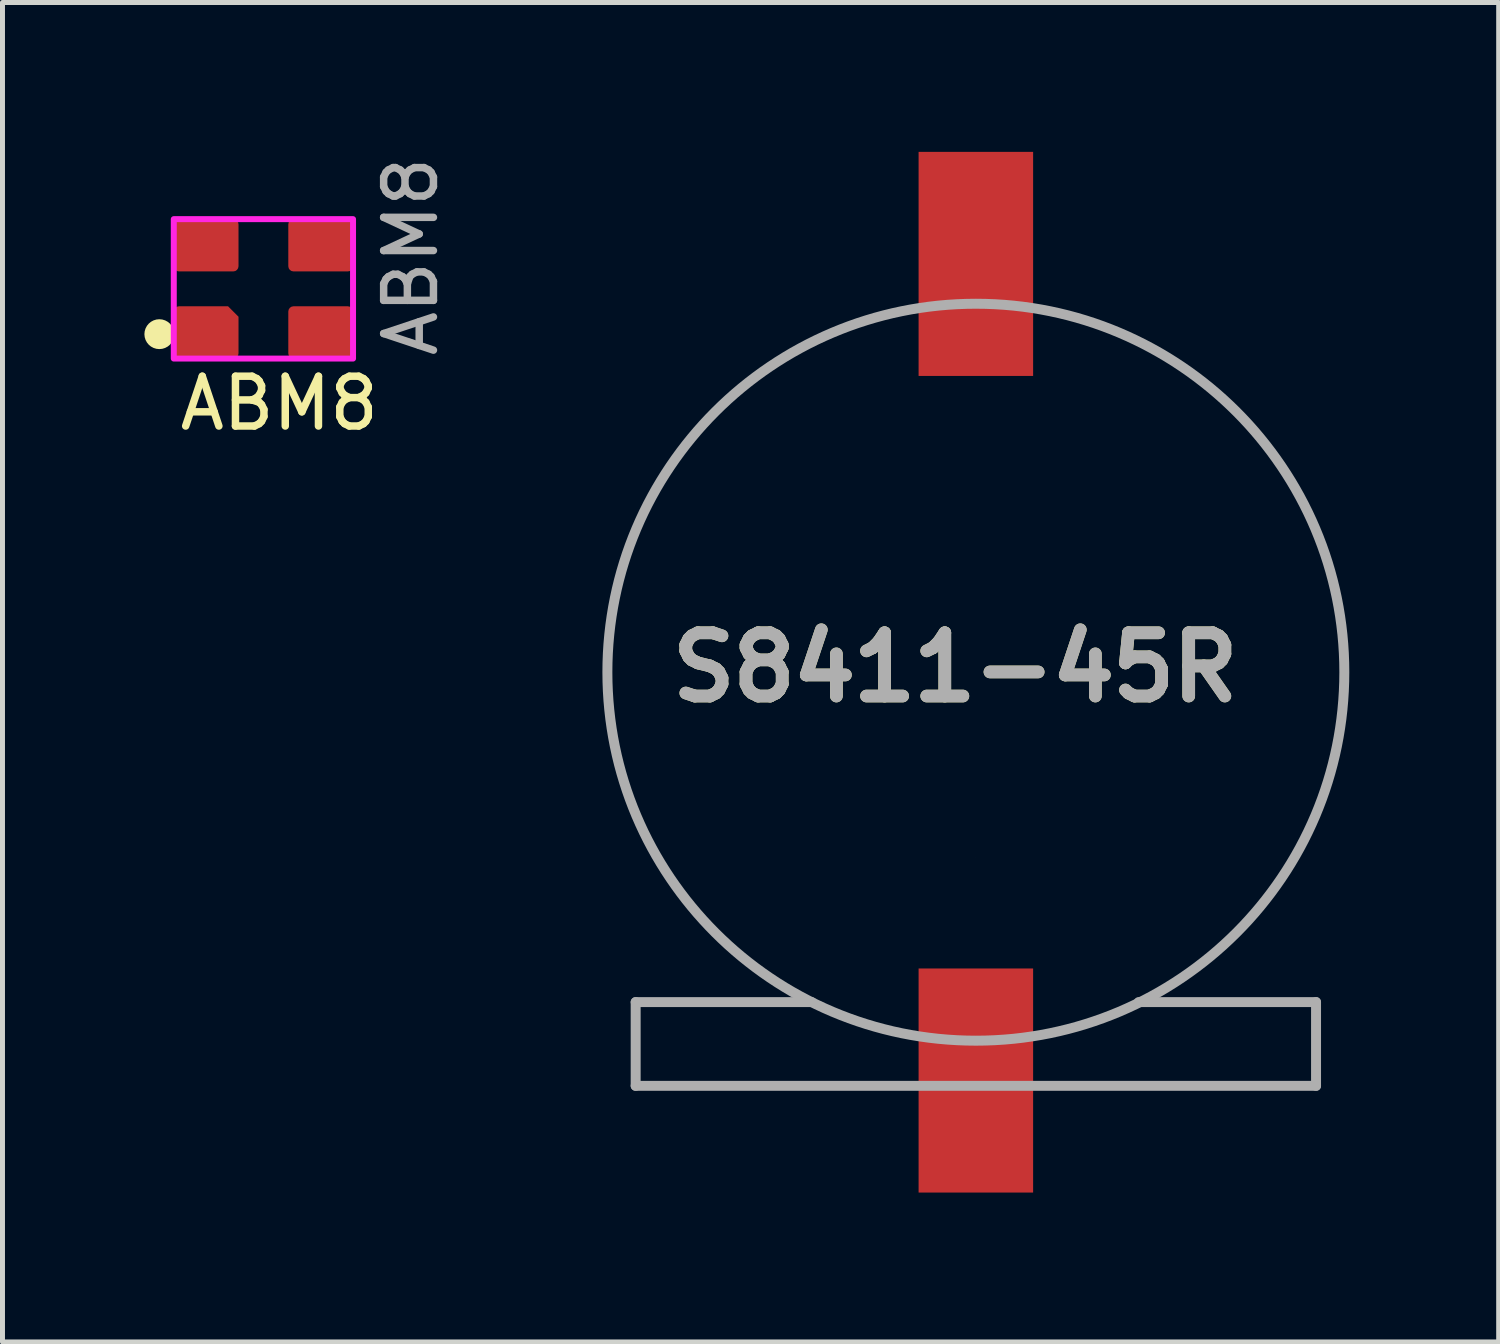
<source format=kicad_pcb>
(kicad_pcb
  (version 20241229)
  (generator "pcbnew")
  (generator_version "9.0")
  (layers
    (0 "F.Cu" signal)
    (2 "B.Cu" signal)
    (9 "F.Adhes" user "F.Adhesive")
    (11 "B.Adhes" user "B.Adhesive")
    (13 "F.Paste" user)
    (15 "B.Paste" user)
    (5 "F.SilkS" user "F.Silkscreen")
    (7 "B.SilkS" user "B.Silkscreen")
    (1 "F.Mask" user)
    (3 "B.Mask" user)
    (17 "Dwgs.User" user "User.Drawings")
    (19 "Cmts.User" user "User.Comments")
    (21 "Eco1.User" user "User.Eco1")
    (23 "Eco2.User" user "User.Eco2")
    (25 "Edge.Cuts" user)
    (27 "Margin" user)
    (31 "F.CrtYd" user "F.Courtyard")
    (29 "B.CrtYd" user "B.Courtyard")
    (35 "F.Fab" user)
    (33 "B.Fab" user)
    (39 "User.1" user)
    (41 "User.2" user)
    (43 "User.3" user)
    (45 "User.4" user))
  (footprint "ABM8"
    (layer "F.Cu")
    (at 2.24 2.751)
    (property "Reference" "ABM8" (at 0.32 2.3 0) (unlocked yes) (layer "F.SilkS") (effects (font (size 1 1) (thickness 0.15))))
    (attr smd)
    (fp_circle (center -2.09 0.91) (end -2.09 0.91) (stroke (width 0.3) (type solid)) (fill no) (layer "F.SilkS"))
    (fp_rect (start 1.8 1.4) (end -1.8 -1.4) (stroke (width 0.12) (type solid)) (fill no) (layer "F.CrtYd"))
    (fp_text user "${REFERENCE}" (at 2.96 -0.65 90) (unlocked yes) (layer "F.Fab") (effects (font (size 1 1) (thickness 0.15))))
    (pad "1" smd roundrect (at -1.15 0.875) (size 1.3 1.05) (layers "F.Cu" "F.Mask" "F.Paste") (roundrect_rratio 0.1) (chamfer_ratio 0.2) (chamfer top_right))
    (pad "2" smd roundrect (at 1.15 0.875) (size 1.3 1.05) (layers "F.Cu" "F.Mask" "F.Paste") (roundrect_rratio 0.1))
    (pad "3" smd roundrect (at 1.15 -0.875) (size 1.3 1.05) (layers "F.Cu" "F.Mask" "F.Paste") (roundrect_rratio 0.1))
    (pad "4" smd roundrect (at -1.15 -0.875) (size 1.3 1.05) (layers "F.Cu" "F.Mask" "F.Paste") (roundrect_rratio 0.1)))
  (footprint "S8411-45R"
    (layer "F.Cu")
    (at 16.548 10.45)
    (property "Reference" "S8411-45R" (at -0.412 -0.096 0) (layer "F.SilkS") (effects (font (size 1.27 1.27) (thickness 0.254))))
    (attr through_hole)
    (fp_line (start -6.832 6.625) (end -3.27 6.625) (stroke (width 0.1) (type solid)) (layer "F.SilkS"))
    (fp_line (start -6.832 8.307) (end -6.832 6.625) (stroke (width 0.1) (type solid)) (layer "F.SilkS"))
    (fp_line (start -6.832 8.307) (end -1.553 8.307) (stroke (width 0.1) (type solid)) (layer "F.SilkS"))
    (fp_line (start 6.832 6.625) (end 3.296 6.625) (stroke (width 0.1) (type solid)) (layer "F.SilkS"))
    (fp_line (start 6.832 8.307) (end 1.49 8.307) (stroke (width 0.1) (type solid)) (layer "F.SilkS"))
    (fp_line (start 6.832 8.307) (end 6.832 6.625) (stroke (width 0.1) (type solid)) (layer "F.SilkS"))
    (fp_arc (start -3.295295 6.625783) (mid -7.399998 0.000879) (end -3.29687 -6.625) (stroke (width 0.1) (type solid)) (layer "F.SilkS"))
    (fp_arc (start 3.295287 -6.625787) (mid 7.399995 -0.000884) (end 3.29687 6.625) (stroke (width 0.1) (type solid)) (layer "F.SilkS"))
    (fp_line (start -6.832 6.625) (end -6.832 8.307) (stroke (width 0.2) (type solid)) (layer "F.Fab"))
    (fp_line (start -6.832 8.307) (end 6.832 8.307) (stroke (width 0.2) (type solid)) (layer "F.Fab"))
    (fp_line (start -3.297 6.625) (end -6.832 6.625) (stroke (width 0.2) (type solid)) (layer "F.Fab"))
    (fp_line (start 6.832 6.625) (end 3.27 6.625) (stroke (width 0.2) (type solid)) (layer "F.Fab"))
    (fp_line (start 6.832 8.307) (end 6.832 6.625) (stroke (width 0.2) (type solid)) (layer "F.Fab"))
    (fp_circle (center 0 0) (end 0 7.4) (stroke (width 0.2) (type solid)) (fill no) (layer "F.Fab"))
    (fp_text user "${REFERENCE}" (at -0.412 -0.096 0) (layer "F.Fab") (effects (font (size 1.27 1.27) (thickness 0.254))))
    (pad "" np_thru_hole circle (at 0 -3.725) (size 0.001 0.001) (drill 1.05) (layers "*.Cu" "*.Mask"))
    (pad "" np_thru_hole circle (at 0 3.725) (size 0.001 0.001) (drill 1.3) (layers "*.Cu" "*.Mask"))
    (pad "1" smd rect (at 0 8.2) (size 2.3 4.5) (layers "F.Cu" "F.Mask" "F.Paste"))
    (pad "2" smd rect (at 0 -8.2) (size 2.3 4.5) (layers "F.Cu" "F.Mask" "F.Paste")))
  (gr_rect
    (start -3 -3)
    (end 27.048 23.9)
    (stroke (width 0.1) (type default))
    (fill no)
    (layer "Edge.Cuts")))
</source>
